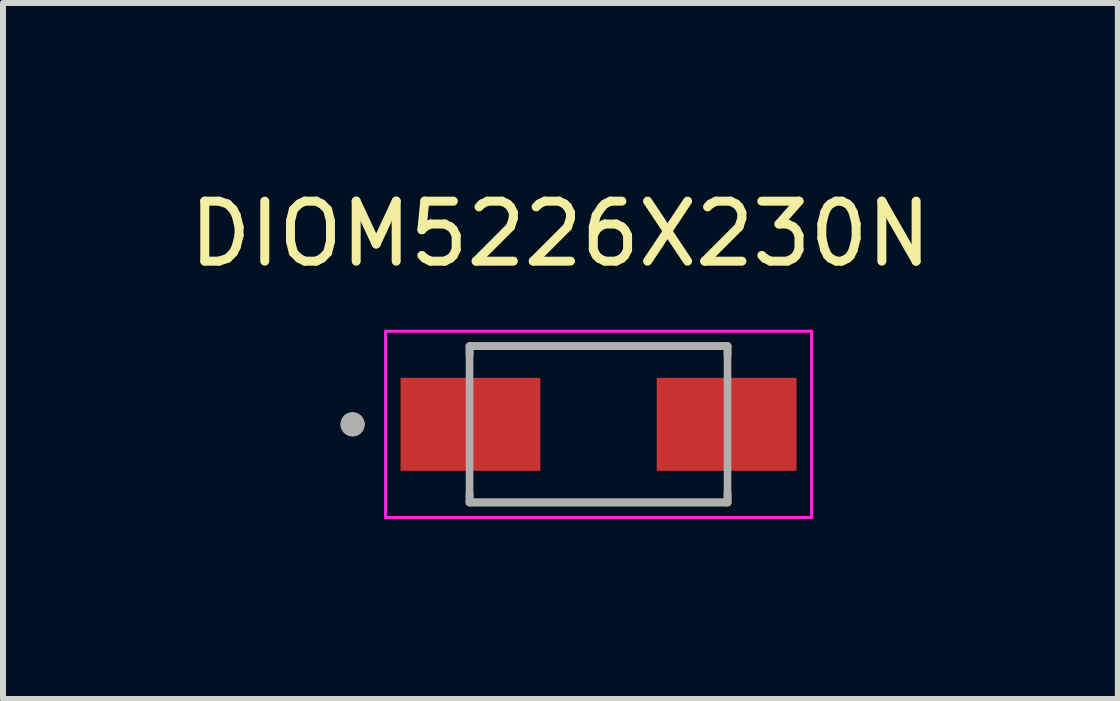
<source format=kicad_pcb>
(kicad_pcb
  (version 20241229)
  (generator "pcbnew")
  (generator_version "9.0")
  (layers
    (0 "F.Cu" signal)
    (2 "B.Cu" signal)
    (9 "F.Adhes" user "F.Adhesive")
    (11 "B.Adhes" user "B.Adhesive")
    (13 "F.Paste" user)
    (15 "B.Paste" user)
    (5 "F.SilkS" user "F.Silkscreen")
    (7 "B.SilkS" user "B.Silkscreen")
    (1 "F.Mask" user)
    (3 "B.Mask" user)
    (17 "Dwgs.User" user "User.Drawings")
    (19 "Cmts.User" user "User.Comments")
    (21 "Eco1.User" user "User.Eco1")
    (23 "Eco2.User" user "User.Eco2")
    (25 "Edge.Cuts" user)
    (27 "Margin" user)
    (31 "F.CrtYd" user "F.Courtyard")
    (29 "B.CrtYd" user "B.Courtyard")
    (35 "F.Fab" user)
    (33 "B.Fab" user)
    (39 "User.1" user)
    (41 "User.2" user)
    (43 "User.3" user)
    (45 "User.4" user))
  (footprint "DIOM5226X230N"
    (layer "F.Cu")
    (at 6.927 4.023)
    (property "Reference" "DIOM5226X230N" (at -0.635 -3.175 0) (layer "F.SilkS") (effects (font (size 1 1) (thickness 0.15))))
    (attr smd)
    (fp_line (start -2.15 -1.302) (end 2.15 -1.302) (stroke (width 0.127) (type solid)) (layer "F.SilkS"))
    (fp_line (start -2.15 -1.15) (end -2.15 -1.302) (stroke (width 0.127) (type solid)) (layer "F.SilkS"))
    (fp_line (start -2.15 1.302) (end -2.15 1.15) (stroke (width 0.127) (type solid)) (layer "F.SilkS"))
    (fp_line (start 2.15 -1.302) (end 2.15 -1.15) (stroke (width 0.127) (type solid)) (layer "F.SilkS"))
    (fp_line (start 2.15 1.15) (end 2.15 1.302) (stroke (width 0.127) (type solid)) (layer "F.SilkS"))
    (fp_line (start 2.15 1.302) (end -2.15 1.302) (stroke (width 0.127) (type solid)) (layer "F.SilkS"))
    (fp_circle (center -4.1 0) (end -4 0) (stroke (width 0.2) (type solid)) (fill no) (layer "F.SilkS"))
    (fp_line (start -3.55 -1.552) (end 3.55 -1.552) (stroke (width 0.05) (type solid)) (layer "F.CrtYd"))
    (fp_line (start -3.55 1.552) (end -3.55 -1.552) (stroke (width 0.05) (type solid)) (layer "F.CrtYd"))
    (fp_line (start 3.55 -1.552) (end 3.55 1.552) (stroke (width 0.05) (type solid)) (layer "F.CrtYd"))
    (fp_line (start 3.55 1.552) (end -3.55 1.552) (stroke (width 0.05) (type solid)) (layer "F.CrtYd"))
    (fp_line (start -2.15 -1.302) (end 2.15 -1.302) (stroke (width 0.127) (type solid)) (layer "F.Fab"))
    (fp_line (start -2.15 1.302) (end -2.15 -1.302) (stroke (width 0.127) (type solid)) (layer "F.Fab"))
    (fp_line (start 2.15 -1.302) (end 2.15 1.302) (stroke (width 0.127) (type solid)) (layer "F.Fab"))
    (fp_line (start 2.15 1.302) (end -2.15 1.302) (stroke (width 0.127) (type solid)) (layer "F.Fab"))
    (fp_circle (center -4.1 0) (end -4 0) (stroke (width 0.2) (type solid)) (fill no) (layer "F.Fab"))
    (pad "1" smd rect (at -2.135 0) (size 2.33 1.55) (layers "F.Cu" "F.Mask" "F.Paste"))
    (pad "2" smd rect (at 2.135 0) (size 2.33 1.55) (layers "F.Cu" "F.Mask" "F.Paste")))
  (gr_rect
    (start -3 -3)
    (end 15.583 8.601)
    (stroke (width 0.1) (type default))
    (fill no)
    (layer "Edge.Cuts")))
</source>
